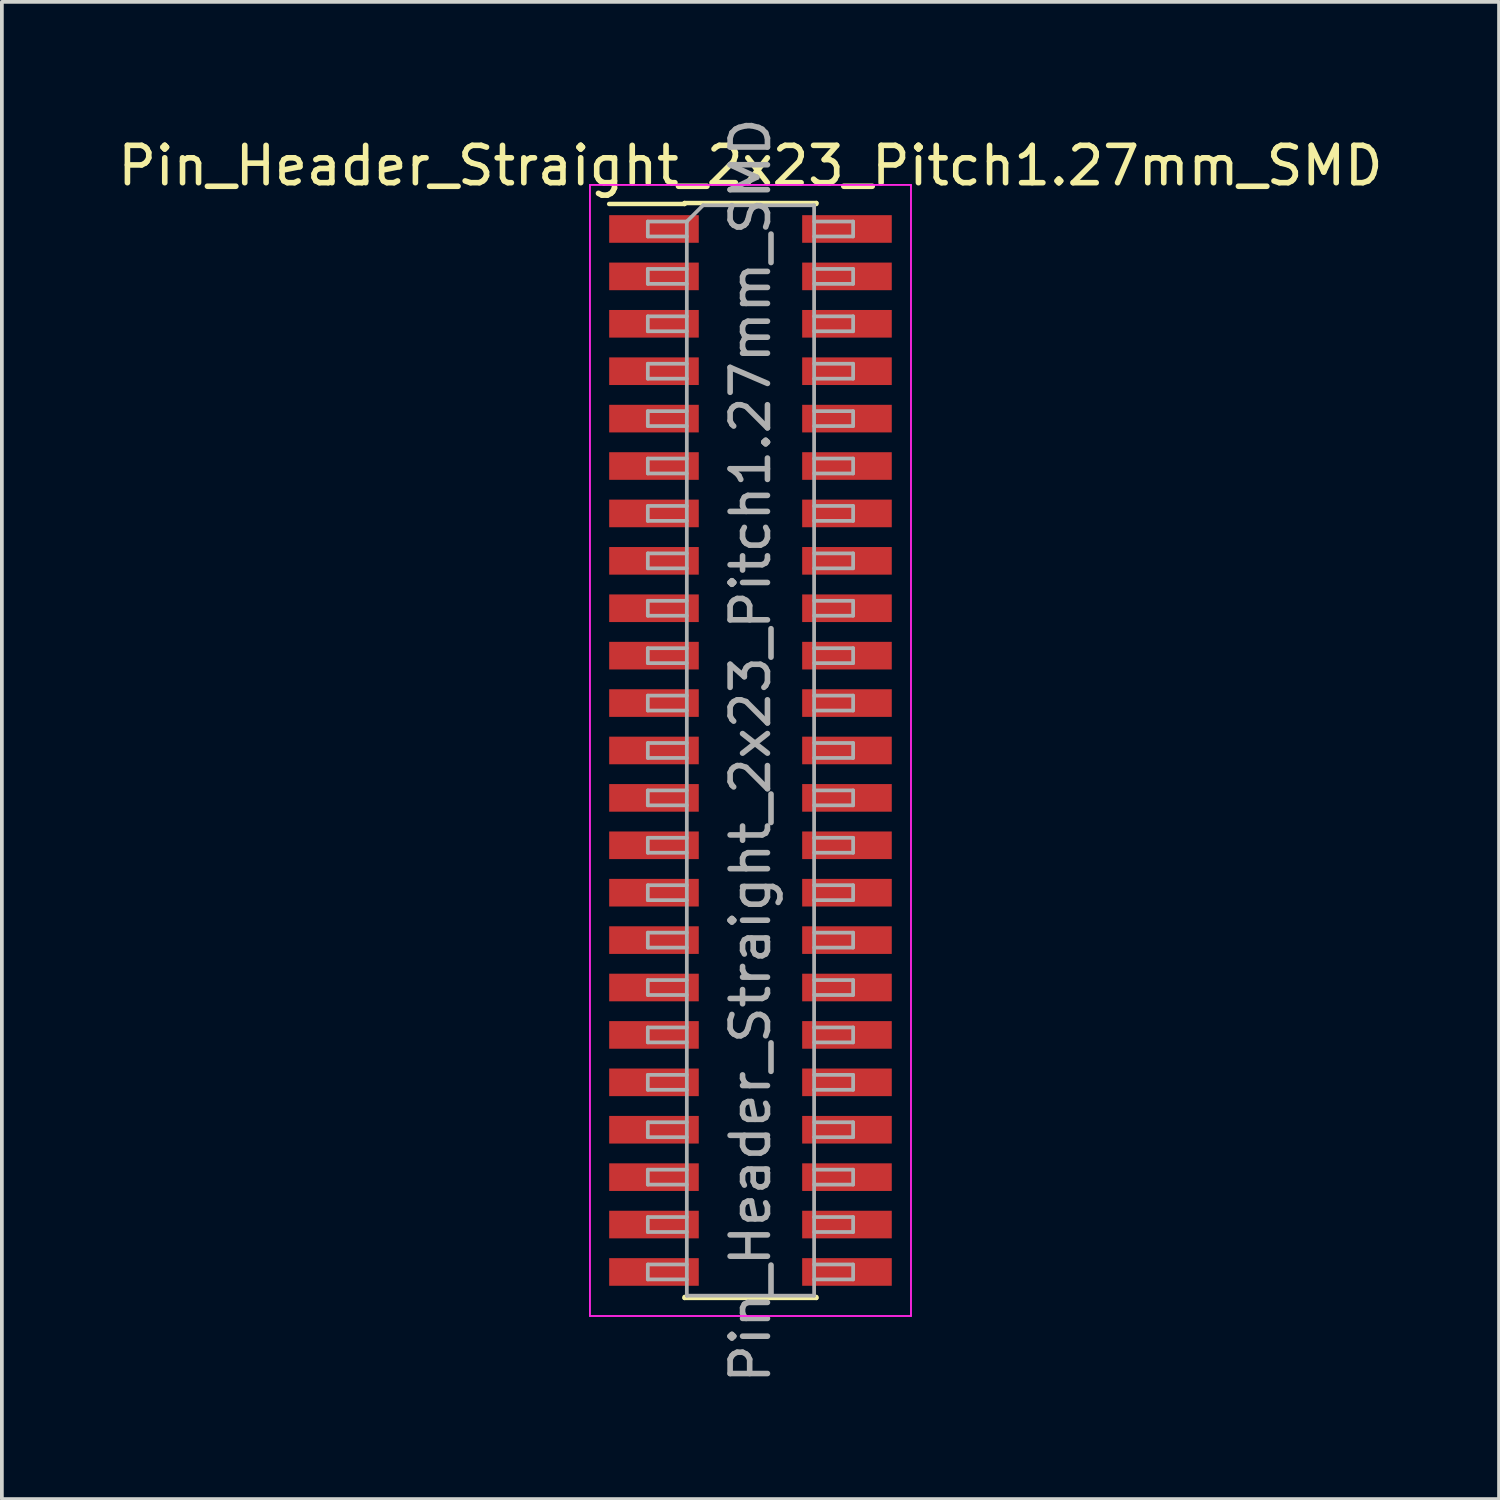
<source format=kicad_pcb>
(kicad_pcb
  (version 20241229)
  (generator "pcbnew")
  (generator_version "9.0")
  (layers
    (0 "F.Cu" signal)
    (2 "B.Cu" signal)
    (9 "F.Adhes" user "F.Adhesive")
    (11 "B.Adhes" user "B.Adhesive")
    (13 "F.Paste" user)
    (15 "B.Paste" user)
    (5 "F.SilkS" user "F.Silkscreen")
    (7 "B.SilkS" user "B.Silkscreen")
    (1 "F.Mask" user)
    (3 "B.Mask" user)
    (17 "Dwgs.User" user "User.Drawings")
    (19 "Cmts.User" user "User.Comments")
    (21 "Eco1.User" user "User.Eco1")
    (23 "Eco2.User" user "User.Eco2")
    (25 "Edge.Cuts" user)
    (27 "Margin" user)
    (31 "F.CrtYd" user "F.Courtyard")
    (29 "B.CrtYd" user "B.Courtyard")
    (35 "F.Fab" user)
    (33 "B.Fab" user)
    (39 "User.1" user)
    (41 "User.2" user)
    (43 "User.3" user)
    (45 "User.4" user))
  (footprint "Pin_Header_Straight_2x23_Pitch1.27mm_SMD"
    (layer "F.Cu")
    (at 17.054 17.054)
    (property "Reference" "Pin_Header_Straight_2x23_Pitch1.27mm_SMD" (at 0 -15.665 0) (layer "F.SilkS") (effects (font (size 1 1) (thickness 0.15))))
    (attr smd)
    (fp_line (start -3.785 -14.64) (end -1.765 -14.64) (stroke (width 0.12) (type solid)) (layer "F.SilkS"))
    (fp_line (start -1.765 -14.665) (end 1.765 -14.665) (stroke (width 0.12) (type solid)) (layer "F.SilkS"))
    (fp_line (start -1.765 -14.64) (end -1.765 -14.665) (stroke (width 0.12) (type solid)) (layer "F.SilkS"))
    (fp_line (start -1.765 14.64) (end -1.765 14.665) (stroke (width 0.12) (type solid)) (layer "F.SilkS"))
    (fp_line (start -1.765 14.665) (end 1.765 14.665) (stroke (width 0.12) (type solid)) (layer "F.SilkS"))
    (fp_line (start 1.765 -14.665) (end 1.765 -14.64) (stroke (width 0.12) (type solid)) (layer "F.SilkS"))
    (fp_line (start 1.765 14.665) (end 1.765 14.64) (stroke (width 0.12) (type solid)) (layer "F.SilkS"))
    (fp_line (start -4.3 -15.15) (end -4.3 15.15) (stroke (width 0.05) (type solid)) (layer "F.CrtYd"))
    (fp_line (start -4.3 15.15) (end 4.3 15.15) (stroke (width 0.05) (type solid)) (layer "F.CrtYd"))
    (fp_line (start 4.3 -15.15) (end -4.3 -15.15) (stroke (width 0.05) (type solid)) (layer "F.CrtYd"))
    (fp_line (start 4.3 15.15) (end 4.3 -15.15) (stroke (width 0.05) (type solid)) (layer "F.CrtYd"))
    (fp_line (start -2.75 -14.17) (end -2.75 -13.77) (stroke (width 0.1) (type solid)) (layer "F.Fab"))
    (fp_line (start -2.75 -13.77) (end -1.705 -13.77) (stroke (width 0.1) (type solid)) (layer "F.Fab"))
    (fp_line (start -2.75 -12.9) (end -2.75 -12.5) (stroke (width 0.1) (type solid)) (layer "F.Fab"))
    (fp_line (start -2.75 -12.5) (end -1.705 -12.5) (stroke (width 0.1) (type solid)) (layer "F.Fab"))
    (fp_line (start -2.75 -11.63) (end -2.75 -11.23) (stroke (width 0.1) (type solid)) (layer "F.Fab"))
    (fp_line (start -2.75 -11.23) (end -1.705 -11.23) (stroke (width 0.1) (type solid)) (layer "F.Fab"))
    (fp_line (start -2.75 -10.36) (end -2.75 -9.96) (stroke (width 0.1) (type solid)) (layer "F.Fab"))
    (fp_line (start -2.75 -9.96) (end -1.705 -9.96) (stroke (width 0.1) (type solid)) (layer "F.Fab"))
    (fp_line (start -2.75 -9.09) (end -2.75 -8.69) (stroke (width 0.1) (type solid)) (layer "F.Fab"))
    (fp_line (start -2.75 -8.69) (end -1.705 -8.69) (stroke (width 0.1) (type solid)) (layer "F.Fab"))
    (fp_line (start -2.75 -7.82) (end -2.75 -7.42) (stroke (width 0.1) (type solid)) (layer "F.Fab"))
    (fp_line (start -2.75 -7.42) (end -1.705 -7.42) (stroke (width 0.1) (type solid)) (layer "F.Fab"))
    (fp_line (start -2.75 -6.55) (end -2.75 -6.15) (stroke (width 0.1) (type solid)) (layer "F.Fab"))
    (fp_line (start -2.75 -6.15) (end -1.705 -6.15) (stroke (width 0.1) (type solid)) (layer "F.Fab"))
    (fp_line (start -2.75 -5.28) (end -2.75 -4.88) (stroke (width 0.1) (type solid)) (layer "F.Fab"))
    (fp_line (start -2.75 -4.88) (end -1.705 -4.88) (stroke (width 0.1) (type solid)) (layer "F.Fab"))
    (fp_line (start -2.75 -4.01) (end -2.75 -3.61) (stroke (width 0.1) (type solid)) (layer "F.Fab"))
    (fp_line (start -2.75 -3.61) (end -1.705 -3.61) (stroke (width 0.1) (type solid)) (layer "F.Fab"))
    (fp_line (start -2.75 -2.74) (end -2.75 -2.34) (stroke (width 0.1) (type solid)) (layer "F.Fab"))
    (fp_line (start -2.75 -2.34) (end -1.705 -2.34) (stroke (width 0.1) (type solid)) (layer "F.Fab"))
    (fp_line (start -2.75 -1.47) (end -2.75 -1.07) (stroke (width 0.1) (type solid)) (layer "F.Fab"))
    (fp_line (start -2.75 -1.07) (end -1.705 -1.07) (stroke (width 0.1) (type solid)) (layer "F.Fab"))
    (fp_line (start -2.75 -0.2) (end -2.75 0.2) (stroke (width 0.1) (type solid)) (layer "F.Fab"))
    (fp_line (start -2.75 0.2) (end -1.705 0.2) (stroke (width 0.1) (type solid)) (layer "F.Fab"))
    (fp_line (start -2.75 1.07) (end -2.75 1.47) (stroke (width 0.1) (type solid)) (layer "F.Fab"))
    (fp_line (start -2.75 1.47) (end -1.705 1.47) (stroke (width 0.1) (type solid)) (layer "F.Fab"))
    (fp_line (start -2.75 2.34) (end -2.75 2.74) (stroke (width 0.1) (type solid)) (layer "F.Fab"))
    (fp_line (start -2.75 2.74) (end -1.705 2.74) (stroke (width 0.1) (type solid)) (layer "F.Fab"))
    (fp_line (start -2.75 3.61) (end -2.75 4.01) (stroke (width 0.1) (type solid)) (layer "F.Fab"))
    (fp_line (start -2.75 4.01) (end -1.705 4.01) (stroke (width 0.1) (type solid)) (layer "F.Fab"))
    (fp_line (start -2.75 4.88) (end -2.75 5.28) (stroke (width 0.1) (type solid)) (layer "F.Fab"))
    (fp_line (start -2.75 5.28) (end -1.705 5.28) (stroke (width 0.1) (type solid)) (layer "F.Fab"))
    (fp_line (start -2.75 6.15) (end -2.75 6.55) (stroke (width 0.1) (type solid)) (layer "F.Fab"))
    (fp_line (start -2.75 6.55) (end -1.705 6.55) (stroke (width 0.1) (type solid)) (layer "F.Fab"))
    (fp_line (start -2.75 7.42) (end -2.75 7.82) (stroke (width 0.1) (type solid)) (layer "F.Fab"))
    (fp_line (start -2.75 7.82) (end -1.705 7.82) (stroke (width 0.1) (type solid)) (layer "F.Fab"))
    (fp_line (start -2.75 8.69) (end -2.75 9.09) (stroke (width 0.1) (type solid)) (layer "F.Fab"))
    (fp_line (start -2.75 9.09) (end -1.705 9.09) (stroke (width 0.1) (type solid)) (layer "F.Fab"))
    (fp_line (start -2.75 9.96) (end -2.75 10.36) (stroke (width 0.1) (type solid)) (layer "F.Fab"))
    (fp_line (start -2.75 10.36) (end -1.705 10.36) (stroke (width 0.1) (type solid)) (layer "F.Fab"))
    (fp_line (start -2.75 11.23) (end -2.75 11.63) (stroke (width 0.1) (type solid)) (layer "F.Fab"))
    (fp_line (start -2.75 11.63) (end -1.705 11.63) (stroke (width 0.1) (type solid)) (layer "F.Fab"))
    (fp_line (start -2.75 12.5) (end -2.75 12.9) (stroke (width 0.1) (type solid)) (layer "F.Fab"))
    (fp_line (start -2.75 12.9) (end -1.705 12.9) (stroke (width 0.1) (type solid)) (layer "F.Fab"))
    (fp_line (start -2.75 13.77) (end -2.75 14.17) (stroke (width 0.1) (type solid)) (layer "F.Fab"))
    (fp_line (start -2.75 14.17) (end -1.705 14.17) (stroke (width 0.1) (type solid)) (layer "F.Fab"))
    (fp_line (start -1.705 -14.17) (end -2.75 -14.17) (stroke (width 0.1) (type solid)) (layer "F.Fab"))
    (fp_line (start -1.705 -14.17) (end -1.27 -14.605) (stroke (width 0.1) (type solid)) (layer "F.Fab"))
    (fp_line (start -1.705 -12.9) (end -2.75 -12.9) (stroke (width 0.1) (type solid)) (layer "F.Fab"))
    (fp_line (start -1.705 -11.63) (end -2.75 -11.63) (stroke (width 0.1) (type solid)) (layer "F.Fab"))
    (fp_line (start -1.705 -10.36) (end -2.75 -10.36) (stroke (width 0.1) (type solid)) (layer "F.Fab"))
    (fp_line (start -1.705 -9.09) (end -2.75 -9.09) (stroke (width 0.1) (type solid)) (layer "F.Fab"))
    (fp_line (start -1.705 -7.82) (end -2.75 -7.82) (stroke (width 0.1) (type solid)) (layer "F.Fab"))
    (fp_line (start -1.705 -6.55) (end -2.75 -6.55) (stroke (width 0.1) (type solid)) (layer "F.Fab"))
    (fp_line (start -1.705 -5.28) (end -2.75 -5.28) (stroke (width 0.1) (type solid)) (layer "F.Fab"))
    (fp_line (start -1.705 -4.01) (end -2.75 -4.01) (stroke (width 0.1) (type solid)) (layer "F.Fab"))
    (fp_line (start -1.705 -2.74) (end -2.75 -2.74) (stroke (width 0.1) (type solid)) (layer "F.Fab"))
    (fp_line (start -1.705 -1.47) (end -2.75 -1.47) (stroke (width 0.1) (type solid)) (layer "F.Fab"))
    (fp_line (start -1.705 -0.2) (end -2.75 -0.2) (stroke (width 0.1) (type solid)) (layer "F.Fab"))
    (fp_line (start -1.705 1.07) (end -2.75 1.07) (stroke (width 0.1) (type solid)) (layer "F.Fab"))
    (fp_line (start -1.705 2.34) (end -2.75 2.34) (stroke (width 0.1) (type solid)) (layer "F.Fab"))
    (fp_line (start -1.705 3.61) (end -2.75 3.61) (stroke (width 0.1) (type solid)) (layer "F.Fab"))
    (fp_line (start -1.705 4.88) (end -2.75 4.88) (stroke (width 0.1) (type solid)) (layer "F.Fab"))
    (fp_line (start -1.705 6.15) (end -2.75 6.15) (stroke (width 0.1) (type solid)) (layer "F.Fab"))
    (fp_line (start -1.705 7.42) (end -2.75 7.42) (stroke (width 0.1) (type solid)) (layer "F.Fab"))
    (fp_line (start -1.705 8.69) (end -2.75 8.69) (stroke (width 0.1) (type solid)) (layer "F.Fab"))
    (fp_line (start -1.705 9.96) (end -2.75 9.96) (stroke (width 0.1) (type solid)) (layer "F.Fab"))
    (fp_line (start -1.705 11.23) (end -2.75 11.23) (stroke (width 0.1) (type solid)) (layer "F.Fab"))
    (fp_line (start -1.705 12.5) (end -2.75 12.5) (stroke (width 0.1) (type solid)) (layer "F.Fab"))
    (fp_line (start -1.705 13.77) (end -2.75 13.77) (stroke (width 0.1) (type solid)) (layer "F.Fab"))
    (fp_line (start -1.705 14.605) (end -1.705 -14.17) (stroke (width 0.1) (type solid)) (layer "F.Fab"))
    (fp_line (start -1.27 -14.605) (end 1.705 -14.605) (stroke (width 0.1) (type solid)) (layer "F.Fab"))
    (fp_line (start 1.705 -14.605) (end 1.705 14.605) (stroke (width 0.1) (type solid)) (layer "F.Fab"))
    (fp_line (start 1.705 -14.17) (end 2.75 -14.17) (stroke (width 0.1) (type solid)) (layer "F.Fab"))
    (fp_line (start 1.705 -12.9) (end 2.75 -12.9) (stroke (width 0.1) (type solid)) (layer "F.Fab"))
    (fp_line (start 1.705 -11.63) (end 2.75 -11.63) (stroke (width 0.1) (type solid)) (layer "F.Fab"))
    (fp_line (start 1.705 -10.36) (end 2.75 -10.36) (stroke (width 0.1) (type solid)) (layer "F.Fab"))
    (fp_line (start 1.705 -9.09) (end 2.75 -9.09) (stroke (width 0.1) (type solid)) (layer "F.Fab"))
    (fp_line (start 1.705 -7.82) (end 2.75 -7.82) (stroke (width 0.1) (type solid)) (layer "F.Fab"))
    (fp_line (start 1.705 -6.55) (end 2.75 -6.55) (stroke (width 0.1) (type solid)) (layer "F.Fab"))
    (fp_line (start 1.705 -5.28) (end 2.75 -5.28) (stroke (width 0.1) (type solid)) (layer "F.Fab"))
    (fp_line (start 1.705 -4.01) (end 2.75 -4.01) (stroke (width 0.1) (type solid)) (layer "F.Fab"))
    (fp_line (start 1.705 -2.74) (end 2.75 -2.74) (stroke (width 0.1) (type solid)) (layer "F.Fab"))
    (fp_line (start 1.705 -1.47) (end 2.75 -1.47) (stroke (width 0.1) (type solid)) (layer "F.Fab"))
    (fp_line (start 1.705 -0.2) (end 2.75 -0.2) (stroke (width 0.1) (type solid)) (layer "F.Fab"))
    (fp_line (start 1.705 1.07) (end 2.75 1.07) (stroke (width 0.1) (type solid)) (layer "F.Fab"))
    (fp_line (start 1.705 2.34) (end 2.75 2.34) (stroke (width 0.1) (type solid)) (layer "F.Fab"))
    (fp_line (start 1.705 3.61) (end 2.75 3.61) (stroke (width 0.1) (type solid)) (layer "F.Fab"))
    (fp_line (start 1.705 4.88) (end 2.75 4.88) (stroke (width 0.1) (type solid)) (layer "F.Fab"))
    (fp_line (start 1.705 6.15) (end 2.75 6.15) (stroke (width 0.1) (type solid)) (layer "F.Fab"))
    (fp_line (start 1.705 7.42) (end 2.75 7.42) (stroke (width 0.1) (type solid)) (layer "F.Fab"))
    (fp_line (start 1.705 8.69) (end 2.75 8.69) (stroke (width 0.1) (type solid)) (layer "F.Fab"))
    (fp_line (start 1.705 9.96) (end 2.75 9.96) (stroke (width 0.1) (type solid)) (layer "F.Fab"))
    (fp_line (start 1.705 11.23) (end 2.75 11.23) (stroke (width 0.1) (type solid)) (layer "F.Fab"))
    (fp_line (start 1.705 12.5) (end 2.75 12.5) (stroke (width 0.1) (type solid)) (layer "F.Fab"))
    (fp_line (start 1.705 13.77) (end 2.75 13.77) (stroke (width 0.1) (type solid)) (layer "F.Fab"))
    (fp_line (start 1.705 14.605) (end -1.705 14.605) (stroke (width 0.1) (type solid)) (layer "F.Fab"))
    (fp_line (start 2.75 -14.17) (end 2.75 -13.77) (stroke (width 0.1) (type solid)) (layer "F.Fab"))
    (fp_line (start 2.75 -13.77) (end 1.705 -13.77) (stroke (width 0.1) (type solid)) (layer "F.Fab"))
    (fp_line (start 2.75 -12.9) (end 2.75 -12.5) (stroke (width 0.1) (type solid)) (layer "F.Fab"))
    (fp_line (start 2.75 -12.5) (end 1.705 -12.5) (stroke (width 0.1) (type solid)) (layer "F.Fab"))
    (fp_line (start 2.75 -11.63) (end 2.75 -11.23) (stroke (width 0.1) (type solid)) (layer "F.Fab"))
    (fp_line (start 2.75 -11.23) (end 1.705 -11.23) (stroke (width 0.1) (type solid)) (layer "F.Fab"))
    (fp_line (start 2.75 -10.36) (end 2.75 -9.96) (stroke (width 0.1) (type solid)) (layer "F.Fab"))
    (fp_line (start 2.75 -9.96) (end 1.705 -9.96) (stroke (width 0.1) (type solid)) (layer "F.Fab"))
    (fp_line (start 2.75 -9.09) (end 2.75 -8.69) (stroke (width 0.1) (type solid)) (layer "F.Fab"))
    (fp_line (start 2.75 -8.69) (end 1.705 -8.69) (stroke (width 0.1) (type solid)) (layer "F.Fab"))
    (fp_line (start 2.75 -7.82) (end 2.75 -7.42) (stroke (width 0.1) (type solid)) (layer "F.Fab"))
    (fp_line (start 2.75 -7.42) (end 1.705 -7.42) (stroke (width 0.1) (type solid)) (layer "F.Fab"))
    (fp_line (start 2.75 -6.55) (end 2.75 -6.15) (stroke (width 0.1) (type solid)) (layer "F.Fab"))
    (fp_line (start 2.75 -6.15) (end 1.705 -6.15) (stroke (width 0.1) (type solid)) (layer "F.Fab"))
    (fp_line (start 2.75 -5.28) (end 2.75 -4.88) (stroke (width 0.1) (type solid)) (layer "F.Fab"))
    (fp_line (start 2.75 -4.88) (end 1.705 -4.88) (stroke (width 0.1) (type solid)) (layer "F.Fab"))
    (fp_line (start 2.75 -4.01) (end 2.75 -3.61) (stroke (width 0.1) (type solid)) (layer "F.Fab"))
    (fp_line (start 2.75 -3.61) (end 1.705 -3.61) (stroke (width 0.1) (type solid)) (layer "F.Fab"))
    (fp_line (start 2.75 -2.74) (end 2.75 -2.34) (stroke (width 0.1) (type solid)) (layer "F.Fab"))
    (fp_line (start 2.75 -2.34) (end 1.705 -2.34) (stroke (width 0.1) (type solid)) (layer "F.Fab"))
    (fp_line (start 2.75 -1.47) (end 2.75 -1.07) (stroke (width 0.1) (type solid)) (layer "F.Fab"))
    (fp_line (start 2.75 -1.07) (end 1.705 -1.07) (stroke (width 0.1) (type solid)) (layer "F.Fab"))
    (fp_line (start 2.75 -0.2) (end 2.75 0.2) (stroke (width 0.1) (type solid)) (layer "F.Fab"))
    (fp_line (start 2.75 0.2) (end 1.705 0.2) (stroke (width 0.1) (type solid)) (layer "F.Fab"))
    (fp_line (start 2.75 1.07) (end 2.75 1.47) (stroke (width 0.1) (type solid)) (layer "F.Fab"))
    (fp_line (start 2.75 1.47) (end 1.705 1.47) (stroke (width 0.1) (type solid)) (layer "F.Fab"))
    (fp_line (start 2.75 2.34) (end 2.75 2.74) (stroke (width 0.1) (type solid)) (layer "F.Fab"))
    (fp_line (start 2.75 2.74) (end 1.705 2.74) (stroke (width 0.1) (type solid)) (layer "F.Fab"))
    (fp_line (start 2.75 3.61) (end 2.75 4.01) (stroke (width 0.1) (type solid)) (layer "F.Fab"))
    (fp_line (start 2.75 4.01) (end 1.705 4.01) (stroke (width 0.1) (type solid)) (layer "F.Fab"))
    (fp_line (start 2.75 4.88) (end 2.75 5.28) (stroke (width 0.1) (type solid)) (layer "F.Fab"))
    (fp_line (start 2.75 5.28) (end 1.705 5.28) (stroke (width 0.1) (type solid)) (layer "F.Fab"))
    (fp_line (start 2.75 6.15) (end 2.75 6.55) (stroke (width 0.1) (type solid)) (layer "F.Fab"))
    (fp_line (start 2.75 6.55) (end 1.705 6.55) (stroke (width 0.1) (type solid)) (layer "F.Fab"))
    (fp_line (start 2.75 7.42) (end 2.75 7.82) (stroke (width 0.1) (type solid)) (layer "F.Fab"))
    (fp_line (start 2.75 7.82) (end 1.705 7.82) (stroke (width 0.1) (type solid)) (layer "F.Fab"))
    (fp_line (start 2.75 8.69) (end 2.75 9.09) (stroke (width 0.1) (type solid)) (layer "F.Fab"))
    (fp_line (start 2.75 9.09) (end 1.705 9.09) (stroke (width 0.1) (type solid)) (layer "F.Fab"))
    (fp_line (start 2.75 9.96) (end 2.75 10.36) (stroke (width 0.1) (type solid)) (layer "F.Fab"))
    (fp_line (start 2.75 10.36) (end 1.705 10.36) (stroke (width 0.1) (type solid)) (layer "F.Fab"))
    (fp_line (start 2.75 11.23) (end 2.75 11.63) (stroke (width 0.1) (type solid)) (layer "F.Fab"))
    (fp_line (start 2.75 11.63) (end 1.705 11.63) (stroke (width 0.1) (type solid)) (layer "F.Fab"))
    (fp_line (start 2.75 12.5) (end 2.75 12.9) (stroke (width 0.1) (type solid)) (layer "F.Fab"))
    (fp_line (start 2.75 12.9) (end 1.705 12.9) (stroke (width 0.1) (type solid)) (layer "F.Fab"))
    (fp_line (start 2.75 13.77) (end 2.75 14.17) (stroke (width 0.1) (type solid)) (layer "F.Fab"))
    (fp_line (start 2.75 14.17) (end 1.705 14.17) (stroke (width 0.1) (type solid)) (layer "F.Fab"))
    (fp_text user "${REFERENCE}" (at 0 0 90) (layer "F.Fab") (effects (font (size 1 1) (thickness 0.15))))
    (pad "1" smd rect (at -2.585 -13.97) (size 2.4 0.74) (layers "F.Cu" "F.Mask" "F.Paste"))
    (pad "2" smd rect (at 2.585 -13.97) (size 2.4 0.74) (layers "F.Cu" "F.Mask" "F.Paste"))
    (pad "3" smd rect (at -2.585 -12.7) (size 2.4 0.74) (layers "F.Cu" "F.Mask" "F.Paste"))
    (pad "4" smd rect (at 2.585 -12.7) (size 2.4 0.74) (layers "F.Cu" "F.Mask" "F.Paste"))
    (pad "5" smd rect (at -2.585 -11.43) (size 2.4 0.74) (layers "F.Cu" "F.Mask" "F.Paste"))
    (pad "6" smd rect (at 2.585 -11.43) (size 2.4 0.74) (layers "F.Cu" "F.Mask" "F.Paste"))
    (pad "7" smd rect (at -2.585 -10.16) (size 2.4 0.74) (layers "F.Cu" "F.Mask" "F.Paste"))
    (pad "8" smd rect (at 2.585 -10.16) (size 2.4 0.74) (layers "F.Cu" "F.Mask" "F.Paste"))
    (pad "9" smd rect (at -2.585 -8.89) (size 2.4 0.74) (layers "F.Cu" "F.Mask" "F.Paste"))
    (pad "10" smd rect (at 2.585 -8.89) (size 2.4 0.74) (layers "F.Cu" "F.Mask" "F.Paste"))
    (pad "11" smd rect (at -2.585 -7.62) (size 2.4 0.74) (layers "F.Cu" "F.Mask" "F.Paste"))
    (pad "12" smd rect (at 2.585 -7.62) (size 2.4 0.74) (layers "F.Cu" "F.Mask" "F.Paste"))
    (pad "13" smd rect (at -2.585 -6.35) (size 2.4 0.74) (layers "F.Cu" "F.Mask" "F.Paste"))
    (pad "14" smd rect (at 2.585 -6.35) (size 2.4 0.74) (layers "F.Cu" "F.Mask" "F.Paste"))
    (pad "15" smd rect (at -2.585 -5.08) (size 2.4 0.74) (layers "F.Cu" "F.Mask" "F.Paste"))
    (pad "16" smd rect (at 2.585 -5.08) (size 2.4 0.74) (layers "F.Cu" "F.Mask" "F.Paste"))
    (pad "17" smd rect (at -2.585 -3.81) (size 2.4 0.74) (layers "F.Cu" "F.Mask" "F.Paste"))
    (pad "18" smd rect (at 2.585 -3.81) (size 2.4 0.74) (layers "F.Cu" "F.Mask" "F.Paste"))
    (pad "19" smd rect (at -2.585 -2.54) (size 2.4 0.74) (layers "F.Cu" "F.Mask" "F.Paste"))
    (pad "20" smd rect (at 2.585 -2.54) (size 2.4 0.74) (layers "F.Cu" "F.Mask" "F.Paste"))
    (pad "21" smd rect (at -2.585 -1.27) (size 2.4 0.74) (layers "F.Cu" "F.Mask" "F.Paste"))
    (pad "22" smd rect (at 2.585 -1.27) (size 2.4 0.74) (layers "F.Cu" "F.Mask" "F.Paste"))
    (pad "23" smd rect (at -2.585 0) (size 2.4 0.74) (layers "F.Cu" "F.Mask" "F.Paste"))
    (pad "24" smd rect (at 2.585 0) (size 2.4 0.74) (layers "F.Cu" "F.Mask" "F.Paste"))
    (pad "25" smd rect (at -2.585 1.27) (size 2.4 0.74) (layers "F.Cu" "F.Mask" "F.Paste"))
    (pad "26" smd rect (at 2.585 1.27) (size 2.4 0.74) (layers "F.Cu" "F.Mask" "F.Paste"))
    (pad "27" smd rect (at -2.585 2.54) (size 2.4 0.74) (layers "F.Cu" "F.Mask" "F.Paste"))
    (pad "28" smd rect (at 2.585 2.54) (size 2.4 0.74) (layers "F.Cu" "F.Mask" "F.Paste"))
    (pad "29" smd rect (at -2.585 3.81) (size 2.4 0.74) (layers "F.Cu" "F.Mask" "F.Paste"))
    (pad "30" smd rect (at 2.585 3.81) (size 2.4 0.74) (layers "F.Cu" "F.Mask" "F.Paste"))
    (pad "31" smd rect (at -2.585 5.08) (size 2.4 0.74) (layers "F.Cu" "F.Mask" "F.Paste"))
    (pad "32" smd rect (at 2.585 5.08) (size 2.4 0.74) (layers "F.Cu" "F.Mask" "F.Paste"))
    (pad "33" smd rect (at -2.585 6.35) (size 2.4 0.74) (layers "F.Cu" "F.Mask" "F.Paste"))
    (pad "34" smd rect (at 2.585 6.35) (size 2.4 0.74) (layers "F.Cu" "F.Mask" "F.Paste"))
    (pad "35" smd rect (at -2.585 7.62) (size 2.4 0.74) (layers "F.Cu" "F.Mask" "F.Paste"))
    (pad "36" smd rect (at 2.585 7.62) (size 2.4 0.74) (layers "F.Cu" "F.Mask" "F.Paste"))
    (pad "37" smd rect (at -2.585 8.89) (size 2.4 0.74) (layers "F.Cu" "F.Mask" "F.Paste"))
    (pad "38" smd rect (at 2.585 8.89) (size 2.4 0.74) (layers "F.Cu" "F.Mask" "F.Paste"))
    (pad "39" smd rect (at -2.585 10.16) (size 2.4 0.74) (layers "F.Cu" "F.Mask" "F.Paste"))
    (pad "40" smd rect (at 2.585 10.16) (size 2.4 0.74) (layers "F.Cu" "F.Mask" "F.Paste"))
    (pad "41" smd rect (at -2.585 11.43) (size 2.4 0.74) (layers "F.Cu" "F.Mask" "F.Paste"))
    (pad "42" smd rect (at 2.585 11.43) (size 2.4 0.74) (layers "F.Cu" "F.Mask" "F.Paste"))
    (pad "43" smd rect (at -2.585 12.7) (size 2.4 0.74) (layers "F.Cu" "F.Mask" "F.Paste"))
    (pad "44" smd rect (at 2.585 12.7) (size 2.4 0.74) (layers "F.Cu" "F.Mask" "F.Paste"))
    (pad "45" smd rect (at -2.585 13.97) (size 2.4 0.74) (layers "F.Cu" "F.Mask" "F.Paste"))
    (pad "46" smd rect (at 2.585 13.97) (size 2.4 0.74) (layers "F.Cu" "F.Mask" "F.Paste")))
  (gr_rect
    (start -3 -3)
    (end 37.107 37.107)
    (stroke (width 0.1) (type default))
    (fill no)
    (layer "Edge.Cuts")))
</source>
